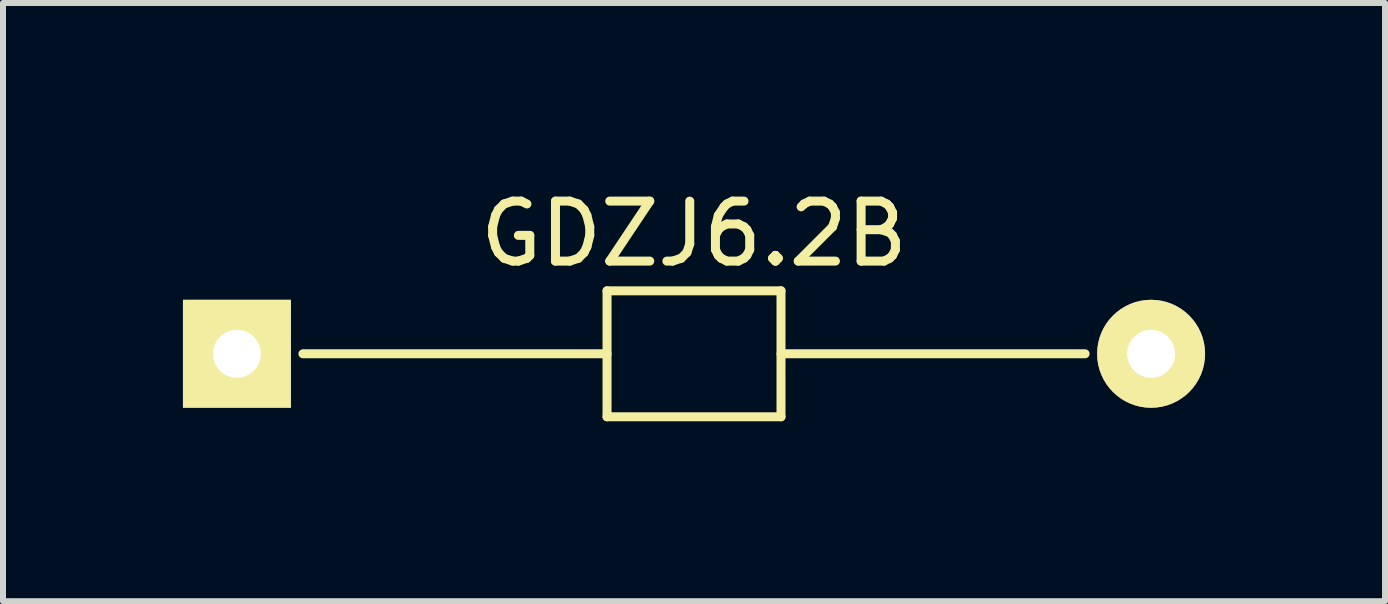
<source format=kicad_pcb>
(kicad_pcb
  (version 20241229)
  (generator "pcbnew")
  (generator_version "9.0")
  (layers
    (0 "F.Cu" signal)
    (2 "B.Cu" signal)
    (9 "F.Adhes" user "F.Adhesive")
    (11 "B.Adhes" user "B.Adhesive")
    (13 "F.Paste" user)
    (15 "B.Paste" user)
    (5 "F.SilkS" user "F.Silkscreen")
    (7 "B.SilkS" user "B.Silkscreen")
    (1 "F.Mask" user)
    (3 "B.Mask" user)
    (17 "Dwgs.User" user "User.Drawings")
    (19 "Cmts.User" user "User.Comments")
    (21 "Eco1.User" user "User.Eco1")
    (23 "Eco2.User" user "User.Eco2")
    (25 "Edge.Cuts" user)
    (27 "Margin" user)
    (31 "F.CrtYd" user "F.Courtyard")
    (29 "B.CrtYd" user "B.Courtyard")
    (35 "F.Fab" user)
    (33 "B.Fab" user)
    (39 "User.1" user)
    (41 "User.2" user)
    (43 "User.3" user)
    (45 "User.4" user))
  (footprint "GDZJ6.2B"
    (layer "F.Cu")
    (at 0.9 2.848)
    (property "Reference" "GDZJ6.2B" (at 7.62 -2 0) (layer "F.SilkS") (effects (font (size 1 1) (thickness 0.15))))
    (attr through_hole)
    (fp_line (start 1.1 0) (end 6.17 0) (stroke (width 0.15) (type solid)) (layer "F.SilkS"))
    (fp_line (start 6.17 -1.05) (end 6.17 1.05) (stroke (width 0.15) (type solid)) (layer "F.SilkS"))
    (fp_line (start 6.17 -1.05) (end 9.07 -1.05) (stroke (width 0.15) (type solid)) (layer "F.SilkS"))
    (fp_line (start 6.17 1.05) (end 9.07 1.05) (stroke (width 0.15) (type solid)) (layer "F.SilkS"))
    (fp_line (start 9.07 0) (end 14.14 0) (stroke (width 0.15) (type solid)) (layer "F.SilkS"))
    (fp_line (start 9.07 1.05) (end 9.07 -1.05) (stroke (width 0.15) (type solid)) (layer "F.SilkS"))
    (pad "1" thru_hole rect (at 0 0) (size 1.8 1.8) (drill 0.8) (layers "*.Cu" "*.Mask" "F.SilkS"))
    (pad "2" thru_hole circle (at 15.24 0) (size 1.8 1.8) (drill 0.8) (layers "*.Cu" "*.Mask" "F.SilkS")))
  (gr_rect
    (start -3 -3)
    (end 20.04 6.973)
    (stroke (width 0.1) (type default))
    (fill no)
    (layer "Edge.Cuts")))
</source>
